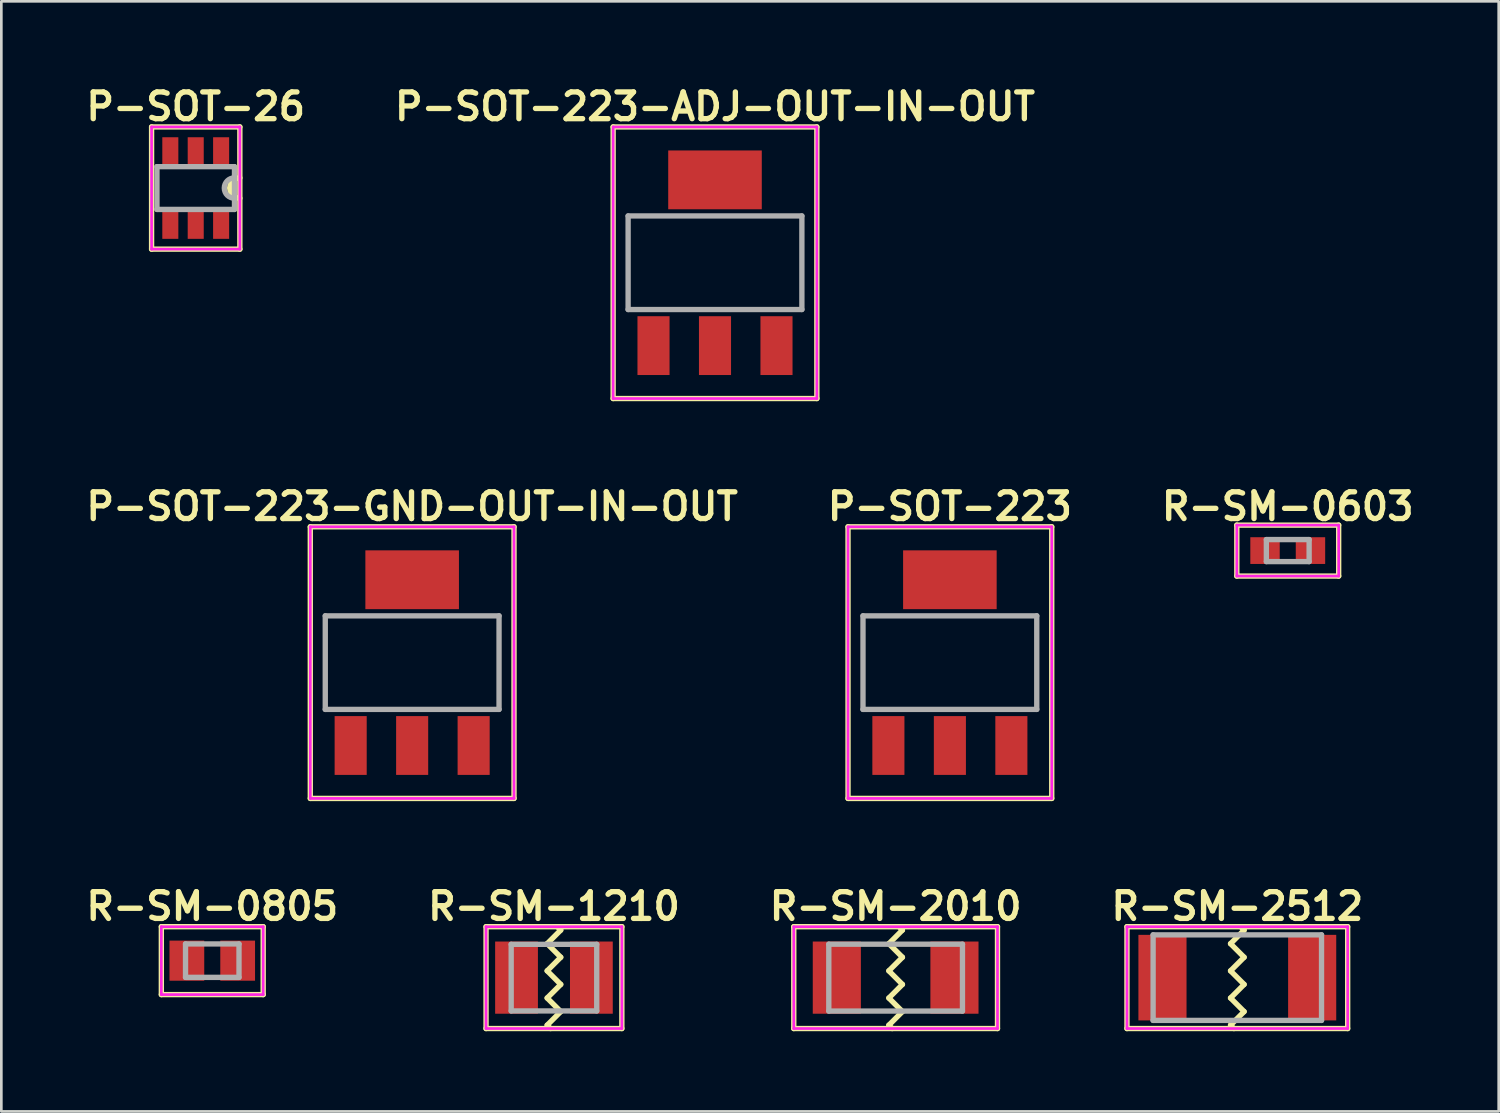
<source format=kicad_pcb>
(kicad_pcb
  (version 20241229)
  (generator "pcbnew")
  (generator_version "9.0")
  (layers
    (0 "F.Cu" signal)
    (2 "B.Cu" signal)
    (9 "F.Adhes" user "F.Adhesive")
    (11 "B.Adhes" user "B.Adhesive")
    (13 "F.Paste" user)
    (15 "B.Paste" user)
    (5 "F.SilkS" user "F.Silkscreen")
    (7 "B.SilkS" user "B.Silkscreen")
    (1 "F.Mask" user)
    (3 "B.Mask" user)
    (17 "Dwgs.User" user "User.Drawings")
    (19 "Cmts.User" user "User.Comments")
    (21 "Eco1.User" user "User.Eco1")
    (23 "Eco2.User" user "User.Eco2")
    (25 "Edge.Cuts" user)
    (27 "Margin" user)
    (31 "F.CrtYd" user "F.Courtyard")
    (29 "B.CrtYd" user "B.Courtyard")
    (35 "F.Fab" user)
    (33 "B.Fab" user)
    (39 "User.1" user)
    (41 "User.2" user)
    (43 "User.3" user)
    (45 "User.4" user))
  (footprint "P-SOT-26"
    (layer "F.Cu")
    (at 4.271 3.984)
    (property "Reference" "P-SOT-26" (at 0 -3.048 0) (layer "F.SilkS") (effects (font (size 1 1) (thickness 0.2))))
    (attr through_hole)
    (fp_line (start -1.651 2.286) (end -1.651 -2.286) (stroke (width 0.2) (type solid)) (layer "F.SilkS"))
    (fp_line (start -1.651 2.286) (end 1.651 2.286) (stroke (width 0.2) (type solid)) (layer "F.SilkS"))
    (fp_line (start 1.651 -2.286) (end -1.651 -2.286) (stroke (width 0.2) (type solid)) (layer "F.SilkS"))
    (fp_line (start 1.651 -2.286) (end 1.651 2.286) (stroke (width 0.2) (type solid)) (layer "F.SilkS"))
    (fp_arc (start 1.651 0.381) (mid 1.27 0) (end 1.651 -0.381) (stroke (width 0.2) (type solid)) (layer "F.SilkS"))
    (fp_line (start -1.651 -2.286) (end 1.651 -2.286) (stroke (width 0.1) (type solid)) (layer "F.CrtYd"))
    (fp_line (start -1.651 2.286) (end -1.651 -2.286) (stroke (width 0.1) (type solid)) (layer "F.CrtYd"))
    (fp_line (start 1.651 -2.286) (end 1.651 2.286) (stroke (width 0.1) (type solid)) (layer "F.CrtYd"))
    (fp_line (start 1.651 2.286) (end -1.651 2.286) (stroke (width 0.1) (type solid)) (layer "F.CrtYd"))
    (fp_line (start -1.45 -0.8) (end -1.45 0.8) (stroke (width 0.2) (type solid)) (layer "F.Fab"))
    (fp_line (start -1.45 -0.8) (end 1.45 -0.8) (stroke (width 0.2) (type solid)) (layer "F.Fab"))
    (fp_line (start -1.45 0.8) (end 1.45 0.8) (stroke (width 0.2) (type solid)) (layer "F.Fab"))
    (fp_line (start 1.45 -0.8) (end 1.45 0.8) (stroke (width 0.2) (type solid)) (layer "F.Fab"))
    (fp_arc (start 1.45 0.381) (mid 1.069 0) (end 1.45 -0.381) (stroke (width 0.2) (type solid)) (layer "F.Fab"))
    (pad "1" smd rect (at 0.95 -1.35) (size 0.6 1.1) (layers "F.Cu" "F.Mask"))
    (pad "2" smd rect (at 0 -1.35) (size 0.6 1.1) (layers "F.Cu" "F.Mask"))
    (pad "3" smd rect (at -0.95 -1.35) (size 0.6 1.1) (layers "F.Cu" "F.Mask"))
    (pad "4" smd rect (at -0.95 1.35) (size 0.6 1.1) (layers "F.Cu" "F.Mask"))
    (pad "5" smd rect (at 0 1.35) (size 0.6 1.1) (layers "F.Cu" "F.Mask"))
    (pad "6" smd rect (at 0.95 1.35) (size 0.6 1.1) (layers "F.Cu" "F.Mask")))
  (footprint "R-SM-2512"
    (layer "F.Cu")
    (at 43.233 33.519)
    (property "Reference" "R-SM-2512" (at 0 -2.667 0) (layer "F.SilkS") (effects (font (size 1 1) (thickness 0.2))))
    (attr through_hole)
    (fp_line (start -4.128 -1.905) (end -4.128 1.905) (stroke (width 0.2) (type solid)) (layer "F.SilkS"))
    (fp_line (start -4.128 -1.905) (end 4.128 -1.905) (stroke (width 0.2) (type solid)) (layer "F.SilkS"))
    (fp_line (start -4.128 1.905) (end 4.128 1.905) (stroke (width 0.2) (type solid)) (layer "F.SilkS"))
    (fp_line (start -0.254 -1.27) (end 0.254 -1.778) (stroke (width 0.2) (type solid)) (layer "F.SilkS"))
    (fp_line (start -0.254 -0.254) (end 0.254 -0.762) (stroke (width 0.2) (type solid)) (layer "F.SilkS"))
    (fp_line (start -0.254 -0.254) (end 0.254 0.254) (stroke (width 0.2) (type solid)) (layer "F.SilkS"))
    (fp_line (start -0.254 0.762) (end 0.254 1.27) (stroke (width 0.2) (type solid)) (layer "F.SilkS"))
    (fp_line (start -0.254 1.778) (end -0.127 1.905) (stroke (width 0.2) (type solid)) (layer "F.SilkS"))
    (fp_line (start 0.254 -1.778) (end 0.127 -1.905) (stroke (width 0.2) (type solid)) (layer "F.SilkS"))
    (fp_line (start 0.254 -0.762) (end -0.254 -1.27) (stroke (width 0.2) (type solid)) (layer "F.SilkS"))
    (fp_line (start 0.254 0.254) (end -0.254 0.762) (stroke (width 0.2) (type solid)) (layer "F.SilkS"))
    (fp_line (start 0.254 1.27) (end -0.254 1.778) (stroke (width 0.2) (type solid)) (layer "F.SilkS"))
    (fp_line (start 4.128 -1.905) (end 4.128 1.905) (stroke (width 0.2) (type solid)) (layer "F.SilkS"))
    (fp_line (start -4.128 -1.905) (end -4.128 1.905) (stroke (width 0.1) (type solid)) (layer "F.CrtYd"))
    (fp_line (start -4.128 -1.905) (end 4.128 -1.905) (stroke (width 0.1) (type solid)) (layer "F.CrtYd"))
    (fp_line (start -4.128 1.905) (end 4.128 1.905) (stroke (width 0.1) (type solid)) (layer "F.CrtYd"))
    (fp_line (start 4.128 -1.905) (end 4.128 1.905) (stroke (width 0.1) (type solid)) (layer "F.CrtYd"))
    (fp_line (start -3.15 -1.6) (end -3.15 1.6) (stroke (width 0.2) (type solid)) (layer "F.Fab"))
    (fp_line (start -3.15 -1.6) (end 3.15 -1.6) (stroke (width 0.2) (type solid)) (layer "F.Fab"))
    (fp_line (start -3.15 1.6) (end 3.15 1.6) (stroke (width 0.2) (type solid)) (layer "F.Fab"))
    (fp_line (start 3.15 -1.6) (end 3.15 1.6) (stroke (width 0.2) (type solid)) (layer "F.Fab"))
    (pad "1" smd rect (at -2.8 0) (size 1.8 3.2) (layers "F.Cu" "F.Mask"))
    (pad "2" smd rect (at 2.8 0) (size 1.8 3.2) (layers "F.Cu" "F.Mask")))
  (footprint "P-SOT-223-GND-OUT-IN-OUT"
    (layer "F.Cu")
    (at 12.367 21.736)
    (property "Reference" "P-SOT-223-GND-OUT-IN-OUT" (at 0 -5.842 0) (layer "F.SilkS") (effects (font (size 1 1) (thickness 0.2))))
    (attr through_hole)
    (fp_line (start -3.81 -5.08) (end -3.81 5.08) (stroke (width 0.2) (type solid)) (layer "F.SilkS"))
    (fp_line (start -3.81 -5.08) (end 3.81 -5.08) (stroke (width 0.2) (type solid)) (layer "F.SilkS"))
    (fp_line (start -3.81 5.08) (end 3.81 5.08) (stroke (width 0.2) (type solid)) (layer "F.SilkS"))
    (fp_line (start 3.81 -5.08) (end 3.81 5.08) (stroke (width 0.2) (type solid)) (layer "F.SilkS"))
    (fp_line (start -3.81 -5.08) (end -3.81 5.08) (stroke (width 0.1) (type solid)) (layer "F.CrtYd"))
    (fp_line (start -3.81 -5.08) (end 3.81 -5.08) (stroke (width 0.1) (type solid)) (layer "F.CrtYd"))
    (fp_line (start -3.81 5.08) (end 3.81 5.08) (stroke (width 0.1) (type solid)) (layer "F.CrtYd"))
    (fp_line (start 3.81 -5.08) (end 3.81 5.08) (stroke (width 0.1) (type solid)) (layer "F.CrtYd"))
    (fp_line (start -3.25 -1.75) (end -3.25 1.75) (stroke (width 0.2) (type solid)) (layer "F.Fab"))
    (fp_line (start -3.25 -1.75) (end 3.25 -1.75) (stroke (width 0.2) (type solid)) (layer "F.Fab"))
    (fp_line (start -3.25 1.75) (end 3.25 1.75) (stroke (width 0.2) (type solid)) (layer "F.Fab"))
    (fp_line (start 3.25 -1.75) (end 3.25 1.75) (stroke (width 0.2) (type solid)) (layer "F.Fab"))
    (pad "GND" smd rect (at -2.3 3.1) (size 1.2 2.2) (layers "F.Cu" "F.Mask"))
    (pad "IN" smd rect (at 2.3 3.1) (size 1.2 2.2) (layers "F.Cu" "F.Mask"))
    (pad "OUT" smd rect (at 0 -3.1) (size 3.5 2.2) (layers "F.Cu" "F.Mask"))
    (pad "OUT" smd rect (at 0 3.1) (size 1.2 2.2) (layers "F.Cu" "F.Mask")))
  (footprint "R-SM-2010"
    (layer "F.Cu")
    (at 30.452 33.519)
    (property "Reference" "R-SM-2010" (at 0 -2.667 0) (layer "F.SilkS") (effects (font (size 1 1) (thickness 0.2))))
    (attr through_hole)
    (fp_line (start -3.81 -1.905) (end -3.81 1.905) (stroke (width 0.2) (type solid)) (layer "F.SilkS"))
    (fp_line (start -3.81 -1.905) (end 3.81 -1.905) (stroke (width 0.2) (type solid)) (layer "F.SilkS"))
    (fp_line (start -3.81 1.905) (end 3.81 1.905) (stroke (width 0.2) (type solid)) (layer "F.SilkS"))
    (fp_line (start -0.254 -1.27) (end 0.254 -1.778) (stroke (width 0.2) (type solid)) (layer "F.SilkS"))
    (fp_line (start -0.254 -0.254) (end 0.254 -0.762) (stroke (width 0.2) (type solid)) (layer "F.SilkS"))
    (fp_line (start -0.254 -0.254) (end 0.254 0.254) (stroke (width 0.2) (type solid)) (layer "F.SilkS"))
    (fp_line (start -0.254 0.762) (end 0.254 1.27) (stroke (width 0.2) (type solid)) (layer "F.SilkS"))
    (fp_line (start -0.254 1.778) (end -0.127 1.905) (stroke (width 0.2) (type solid)) (layer "F.SilkS"))
    (fp_line (start 0.254 -1.778) (end 0.127 -1.905) (stroke (width 0.2) (type solid)) (layer "F.SilkS"))
    (fp_line (start 0.254 -0.762) (end -0.254 -1.27) (stroke (width 0.2) (type solid)) (layer "F.SilkS"))
    (fp_line (start 0.254 0.254) (end -0.254 0.762) (stroke (width 0.2) (type solid)) (layer "F.SilkS"))
    (fp_line (start 0.254 1.27) (end -0.254 1.778) (stroke (width 0.2) (type solid)) (layer "F.SilkS"))
    (fp_line (start 3.81 -1.905) (end 3.81 1.905) (stroke (width 0.2) (type solid)) (layer "F.SilkS"))
    (fp_line (start -3.81 -1.905) (end 3.81 -1.905) (stroke (width 0.1) (type solid)) (layer "F.CrtYd"))
    (fp_line (start -3.81 1.905) (end -3.81 -1.905) (stroke (width 0.1) (type solid)) (layer "F.CrtYd"))
    (fp_line (start 3.81 -1.905) (end 3.81 1.905) (stroke (width 0.1) (type solid)) (layer "F.CrtYd"))
    (fp_line (start 3.81 1.905) (end -3.81 1.905) (stroke (width 0.1) (type solid)) (layer "F.CrtYd"))
    (fp_line (start -2.5 -1.25) (end -2.5 1.25) (stroke (width 0.2) (type solid)) (layer "F.Fab"))
    (fp_line (start -2.5 -1.25) (end 2.5 -1.25) (stroke (width 0.2) (type solid)) (layer "F.Fab"))
    (fp_line (start -2.5 1.25) (end 2.5 1.25) (stroke (width 0.2) (type solid)) (layer "F.Fab"))
    (fp_line (start 2.5 -1.25) (end 2.5 1.25) (stroke (width 0.2) (type solid)) (layer "F.Fab"))
    (pad "1" smd rect (at -2.2 0) (size 1.8 2.7) (layers "F.Cu" "F.Mask"))
    (pad "2" smd rect (at 2.2 0) (size 1.8 2.7) (layers "F.Cu" "F.Mask")))
  (footprint "R-SM-1210"
    (layer "F.Cu")
    (at 17.671 33.519)
    (property "Reference" "R-SM-1210" (at 0 -2.667 0) (layer "F.SilkS") (effects (font (size 1 1) (thickness 0.2))))
    (attr through_hole)
    (fp_line (start -2.54 -1.905) (end -2.54 1.905) (stroke (width 0.2) (type solid)) (layer "F.SilkS"))
    (fp_line (start -2.54 -1.905) (end 2.54 -1.905) (stroke (width 0.2) (type solid)) (layer "F.SilkS"))
    (fp_line (start -2.54 1.905) (end 2.54 1.905) (stroke (width 0.2) (type solid)) (layer "F.SilkS"))
    (fp_line (start -0.254 -1.27) (end 0.254 -1.778) (stroke (width 0.2) (type solid)) (layer "F.SilkS"))
    (fp_line (start -0.254 -0.254) (end 0.254 -0.762) (stroke (width 0.2) (type solid)) (layer "F.SilkS"))
    (fp_line (start -0.254 -0.254) (end 0.254 0.254) (stroke (width 0.2) (type solid)) (layer "F.SilkS"))
    (fp_line (start -0.254 0.762) (end 0.254 1.27) (stroke (width 0.2) (type solid)) (layer "F.SilkS"))
    (fp_line (start -0.254 1.778) (end -0.127 1.905) (stroke (width 0.2) (type solid)) (layer "F.SilkS"))
    (fp_line (start 0.254 -1.778) (end 0.127 -1.905) (stroke (width 0.2) (type solid)) (layer "F.SilkS"))
    (fp_line (start 0.254 -0.762) (end -0.254 -1.27) (stroke (width 0.2) (type solid)) (layer "F.SilkS"))
    (fp_line (start 0.254 0.254) (end -0.254 0.762) (stroke (width 0.2) (type solid)) (layer "F.SilkS"))
    (fp_line (start 0.254 1.27) (end -0.254 1.778) (stroke (width 0.2) (type solid)) (layer "F.SilkS"))
    (fp_line (start 2.54 -1.905) (end 2.54 1.905) (stroke (width 0.2) (type solid)) (layer "F.SilkS"))
    (fp_line (start -2.54 -1.905) (end 2.54 -1.905) (stroke (width 0.1) (type solid)) (layer "F.CrtYd"))
    (fp_line (start -2.54 1.905) (end -2.54 -1.905) (stroke (width 0.1) (type solid)) (layer "F.CrtYd"))
    (fp_line (start 2.54 -1.905) (end 2.54 1.905) (stroke (width 0.1) (type solid)) (layer "F.CrtYd"))
    (fp_line (start 2.54 1.905) (end -2.54 1.905) (stroke (width 0.1) (type solid)) (layer "F.CrtYd"))
    (fp_line (start -1.6 -1.245) (end -1.6 1.245) (stroke (width 0.2) (type solid)) (layer "F.Fab"))
    (fp_line (start -1.6 -1.245) (end 1.6 -1.245) (stroke (width 0.2) (type solid)) (layer "F.Fab"))
    (fp_line (start -1.6 1.245) (end 1.6 1.245) (stroke (width 0.2) (type solid)) (layer "F.Fab"))
    (fp_line (start 1.6 -1.245) (end 1.6 1.245) (stroke (width 0.2) (type solid)) (layer "F.Fab"))
    (pad "1" smd rect (at -1.4 0) (size 1.6 2.7) (layers "F.Cu" "F.Mask"))
    (pad "2" smd rect (at 1.4 0) (size 1.6 2.7) (layers "F.Cu" "F.Mask")))
  (footprint "R-SM-0805"
    (layer "F.Cu")
    (at 4.89 32.884)
    (property "Reference" "R-SM-0805" (at 0 -2.032 0) (layer "F.SilkS") (effects (font (size 1 1) (thickness 0.2))))
    (attr through_hole)
    (fp_line (start -1.905 -1.27) (end 1.905 -1.27) (stroke (width 0.2) (type solid)) (layer "F.SilkS"))
    (fp_line (start -1.905 1.27) (end -1.905 -1.27) (stroke (width 0.2) (type solid)) (layer "F.SilkS"))
    (fp_line (start -1.905 1.27) (end 1.905 1.27) (stroke (width 0.2) (type solid)) (layer "F.SilkS"))
    (fp_line (start 1.905 -1.27) (end 1.905 1.27) (stroke (width 0.2) (type solid)) (layer "F.SilkS"))
    (fp_line (start -1.905 -1.27) (end 1.905 -1.27) (stroke (width 0.1) (type solid)) (layer "F.CrtYd"))
    (fp_line (start -1.905 1.27) (end -1.905 -1.27) (stroke (width 0.1) (type solid)) (layer "F.CrtYd"))
    (fp_line (start 1.905 -1.27) (end 1.905 1.27) (stroke (width 0.1) (type solid)) (layer "F.CrtYd"))
    (fp_line (start 1.905 1.27) (end -1.905 1.27) (stroke (width 0.1) (type solid)) (layer "F.CrtYd"))
    (fp_line (start -1 -0.625) (end -1 0.625) (stroke (width 0.2) (type solid)) (layer "F.Fab"))
    (fp_line (start -1 -0.625) (end 1 -0.625) (stroke (width 0.2) (type solid)) (layer "F.Fab"))
    (fp_line (start -1 0.625) (end 1 0.625) (stroke (width 0.2) (type solid)) (layer "F.Fab"))
    (fp_line (start 1 -0.625) (end 1 0.625) (stroke (width 0.2) (type solid)) (layer "F.Fab"))
    (pad "1" smd rect (at -0.95 0) (size 1.3 1.5) (layers "F.Cu" "F.Mask"))
    (pad "2" smd rect (at 0.95 0) (size 1.3 1.5) (layers "F.Cu" "F.Mask")))
  (footprint "R-SM-0603"
    (layer "F.Cu")
    (at 45.119 17.545)
    (property "Reference" "R-SM-0603" (at 0 -1.651 0) (layer "F.SilkS") (effects (font (size 1 1) (thickness 0.2))))
    (attr through_hole)
    (fp_line (start -1.905 -0.953) (end 1.905 -0.953) (stroke (width 0.2) (type solid)) (layer "F.SilkS"))
    (fp_line (start -1.905 0.953) (end -1.905 -0.953) (stroke (width 0.2) (type solid)) (layer "F.SilkS"))
    (fp_line (start -1.905 0.953) (end 1.905 0.953) (stroke (width 0.2) (type solid)) (layer "F.SilkS"))
    (fp_line (start 1.905 -0.953) (end 1.905 0.953) (stroke (width 0.2) (type solid)) (layer "F.SilkS"))
    (fp_line (start -1.905 -0.953) (end 1.905 -0.953) (stroke (width 0.1) (type solid)) (layer "F.CrtYd"))
    (fp_line (start -1.905 0.953) (end -1.905 -0.953) (stroke (width 0.1) (type solid)) (layer "F.CrtYd"))
    (fp_line (start 1.905 -0.953) (end 1.905 0.953) (stroke (width 0.1) (type solid)) (layer "F.CrtYd"))
    (fp_line (start 1.905 0.953) (end -1.905 0.953) (stroke (width 0.1) (type solid)) (layer "F.CrtYd"))
    (fp_line (start -0.8 -0.412) (end -0.8 0.412) (stroke (width 0.2) (type solid)) (layer "F.Fab"))
    (fp_line (start -0.8 -0.412) (end 0.8 -0.412) (stroke (width 0.2) (type solid)) (layer "F.Fab"))
    (fp_line (start -0.8 0.412) (end 0.8 0.412) (stroke (width 0.2) (type solid)) (layer "F.Fab"))
    (fp_line (start 0.8 -0.412) (end 0.8 0.412) (stroke (width 0.2) (type solid)) (layer "F.Fab"))
    (pad "1" smd rect (at -0.85 0) (size 1.1 1) (layers "F.Cu" "F.Mask"))
    (pad "2" smd rect (at 0.85 0) (size 1.1 1) (layers "F.Cu" "F.Mask")))
  (footprint "P-SOT-223"
    (layer "F.Cu")
    (at 32.481 21.736)
    (property "Reference" "P-SOT-223" (at 0 -5.842 0) (layer "F.SilkS") (effects (font (size 1 1) (thickness 0.2))))
    (attr through_hole)
    (fp_line (start -3.81 -5.08) (end -3.81 5.08) (stroke (width 0.2) (type solid)) (layer "F.SilkS"))
    (fp_line (start -3.81 -5.08) (end 3.81 -5.08) (stroke (width 0.2) (type solid)) (layer "F.SilkS"))
    (fp_line (start -3.81 5.08) (end 3.81 5.08) (stroke (width 0.2) (type solid)) (layer "F.SilkS"))
    (fp_line (start 3.81 -5.08) (end 3.81 5.08) (stroke (width 0.2) (type solid)) (layer "F.SilkS"))
    (fp_line (start -3.81 -5.08) (end -3.81 5.08) (stroke (width 0.1) (type solid)) (layer "F.CrtYd"))
    (fp_line (start -3.81 -5.08) (end 3.81 -5.08) (stroke (width 0.1) (type solid)) (layer "F.CrtYd"))
    (fp_line (start -3.81 5.08) (end 3.81 5.08) (stroke (width 0.1) (type solid)) (layer "F.CrtYd"))
    (fp_line (start 3.81 -5.08) (end 3.81 5.08) (stroke (width 0.1) (type solid)) (layer "F.CrtYd"))
    (fp_line (start -3.25 -1.75) (end -3.25 1.75) (stroke (width 0.2) (type solid)) (layer "F.Fab"))
    (fp_line (start -3.25 -1.75) (end 3.25 -1.75) (stroke (width 0.2) (type solid)) (layer "F.Fab"))
    (fp_line (start -3.25 1.75) (end 3.25 1.75) (stroke (width 0.2) (type solid)) (layer "F.Fab"))
    (fp_line (start 3.25 -1.75) (end 3.25 1.75) (stroke (width 0.2) (type solid)) (layer "F.Fab"))
    (pad "1" smd rect (at -2.3 3.1) (size 1.2 2.2) (layers "F.Cu" "F.Mask"))
    (pad "2" smd rect (at 0 3.1) (size 1.2 2.2) (layers "F.Cu" "F.Mask"))
    (pad "3" smd rect (at 2.3 3.1) (size 1.2 2.2) (layers "F.Cu" "F.Mask"))
    (pad "4" smd rect (at 0 -3.1) (size 3.5 2.2) (layers "F.Cu" "F.Mask")))
  (footprint "P-SOT-223-ADJ-OUT-IN-OUT"
    (layer "F.Cu")
    (at 23.695 6.778)
    (property "Reference" "P-SOT-223-ADJ-OUT-IN-OUT" (at 0 -5.842 0) (layer "F.SilkS") (effects (font (size 1 1) (thickness 0.2))))
    (attr through_hole)
    (fp_line (start -3.81 -5.08) (end -3.81 5.08) (stroke (width 0.2) (type solid)) (layer "F.SilkS"))
    (fp_line (start -3.81 -5.08) (end 3.81 -5.08) (stroke (width 0.2) (type solid)) (layer "F.SilkS"))
    (fp_line (start -3.81 5.08) (end 3.81 5.08) (stroke (width 0.2) (type solid)) (layer "F.SilkS"))
    (fp_line (start 3.81 -5.08) (end 3.81 5.08) (stroke (width 0.2) (type solid)) (layer "F.SilkS"))
    (fp_line (start -3.81 -5.08) (end -3.81 5.08) (stroke (width 0.1) (type solid)) (layer "F.CrtYd"))
    (fp_line (start -3.81 -5.08) (end 3.81 -5.08) (stroke (width 0.1) (type solid)) (layer "F.CrtYd"))
    (fp_line (start -3.81 5.08) (end 3.81 5.08) (stroke (width 0.1) (type solid)) (layer "F.CrtYd"))
    (fp_line (start 3.81 -5.08) (end 3.81 5.08) (stroke (width 0.1) (type solid)) (layer "F.CrtYd"))
    (fp_line (start -3.25 -1.75) (end -3.25 1.75) (stroke (width 0.2) (type solid)) (layer "F.Fab"))
    (fp_line (start -3.25 -1.75) (end 3.25 -1.75) (stroke (width 0.2) (type solid)) (layer "F.Fab"))
    (fp_line (start -3.25 1.75) (end 3.25 1.75) (stroke (width 0.2) (type solid)) (layer "F.Fab"))
    (fp_line (start 3.25 -1.75) (end 3.25 1.75) (stroke (width 0.2) (type solid)) (layer "F.Fab"))
    (pad "ADJ" smd rect (at -2.3 3.1) (size 1.2 2.2) (layers "F.Cu" "F.Mask"))
    (pad "IN" smd rect (at 2.3 3.1) (size 1.2 2.2) (layers "F.Cu" "F.Mask"))
    (pad "OUT" smd rect (at 0 -3.1) (size 3.5 2.2) (layers "F.Cu" "F.Mask"))
    (pad "OUT" smd rect (at 0 3.1) (size 1.2 2.2) (layers "F.Cu" "F.Mask")))
  (gr_rect
    (start -3 -3)
    (end 53.01 38.524)
    (stroke (width 0.1) (type default))
    (fill no)
    (layer "Edge.Cuts")))
</source>
